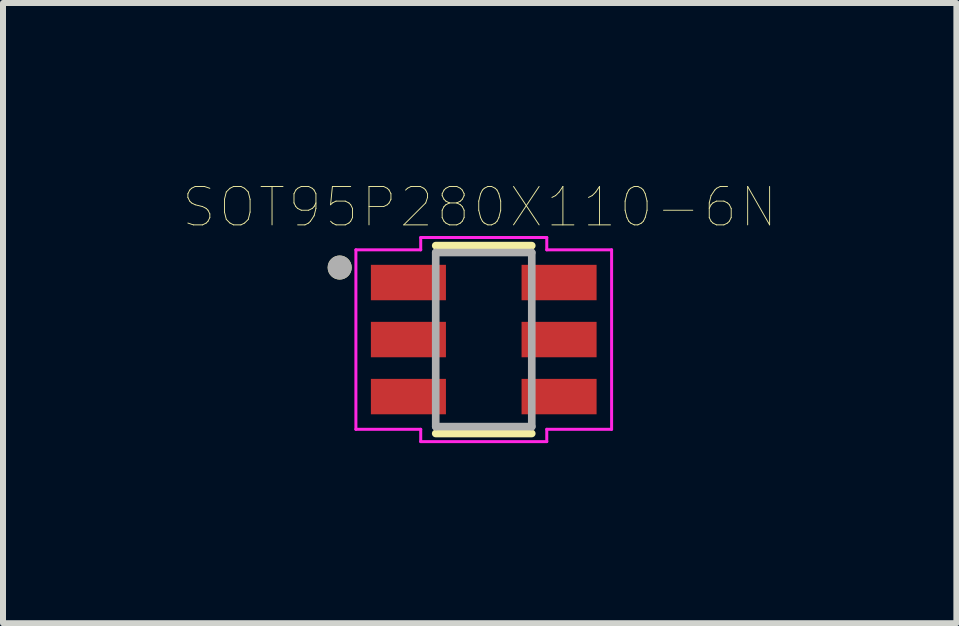
<source format=kicad_pcb>
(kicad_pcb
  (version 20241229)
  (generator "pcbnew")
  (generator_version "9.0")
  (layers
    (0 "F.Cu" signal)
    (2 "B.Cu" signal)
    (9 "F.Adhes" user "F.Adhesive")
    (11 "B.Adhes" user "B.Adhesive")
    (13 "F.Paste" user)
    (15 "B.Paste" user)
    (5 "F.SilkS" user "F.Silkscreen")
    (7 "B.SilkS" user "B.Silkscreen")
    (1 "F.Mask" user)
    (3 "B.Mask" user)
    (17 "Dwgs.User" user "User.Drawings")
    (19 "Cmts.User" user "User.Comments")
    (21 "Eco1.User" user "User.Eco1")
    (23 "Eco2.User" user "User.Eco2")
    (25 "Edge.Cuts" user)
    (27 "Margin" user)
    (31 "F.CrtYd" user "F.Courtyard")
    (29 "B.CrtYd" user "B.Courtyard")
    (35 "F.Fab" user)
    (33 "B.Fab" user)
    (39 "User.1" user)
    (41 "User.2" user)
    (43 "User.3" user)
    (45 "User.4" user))
  (footprint "SOT95P280X110-6N"
    (layer "F.Cu")
    (at 5.009 2.607)
    (property "Reference" "SOT95P280X110-6N" (at -0.068 -2.206 0) (layer "F.SilkS") (effects (font (size 0.64 0.64) (thickness 0.015))))
    (attr through_hole)
    (fp_line (start -0.8 -1.565) (end 0.8 -1.565) (stroke (width 0.127) (type solid)) (layer "F.SilkS"))
    (fp_line (start -0.8 1.565) (end 0.8 1.565) (stroke (width 0.127) (type solid)) (layer "F.SilkS"))
    (fp_circle (center -2.4 -1.2) (end -2.3 -1.2) (stroke (width 0.2) (type solid)) (fill no) (layer "F.SilkS"))
    (fp_line (start -2.13 -1.495) (end -2.13 1.495) (stroke (width 0.05) (type solid)) (layer "F.CrtYd"))
    (fp_line (start -2.13 1.495) (end -1.05 1.495) (stroke (width 0.05) (type solid)) (layer "F.CrtYd"))
    (fp_line (start -1.05 -1.7) (end -1.05 -1.495) (stroke (width 0.05) (type solid)) (layer "F.CrtYd"))
    (fp_line (start -1.05 -1.495) (end -2.13 -1.495) (stroke (width 0.05) (type solid)) (layer "F.CrtYd"))
    (fp_line (start -1.05 1.495) (end -1.05 1.7) (stroke (width 0.05) (type solid)) (layer "F.CrtYd"))
    (fp_line (start -1.05 1.7) (end 1.05 1.7) (stroke (width 0.05) (type solid)) (layer "F.CrtYd"))
    (fp_line (start 1.05 -1.7) (end -1.05 -1.7) (stroke (width 0.05) (type solid)) (layer "F.CrtYd"))
    (fp_line (start 1.05 -1.495) (end 1.05 -1.7) (stroke (width 0.05) (type solid)) (layer "F.CrtYd"))
    (fp_line (start 1.05 1.495) (end 2.13 1.495) (stroke (width 0.05) (type solid)) (layer "F.CrtYd"))
    (fp_line (start 1.05 1.7) (end 1.05 1.495) (stroke (width 0.05) (type solid)) (layer "F.CrtYd"))
    (fp_line (start 2.13 -1.495) (end 1.05 -1.495) (stroke (width 0.05) (type solid)) (layer "F.CrtYd"))
    (fp_line (start 2.13 1.495) (end 2.13 -1.495) (stroke (width 0.05) (type solid)) (layer "F.CrtYd"))
    (fp_line (start -0.8 -1.45) (end -0.8 1.45) (stroke (width 0.127) (type solid)) (layer "F.Fab"))
    (fp_line (start -0.8 1.45) (end 0.8 1.45) (stroke (width 0.127) (type solid)) (layer "F.Fab"))
    (fp_line (start 0.8 -1.45) (end -0.8 -1.45) (stroke (width 0.127) (type solid)) (layer "F.Fab"))
    (fp_line (start 0.8 1.45) (end 0.8 -1.45) (stroke (width 0.127) (type solid)) (layer "F.Fab"))
    (fp_circle (center -2.4 -1.2) (end -2.3 -1.2) (stroke (width 0.2) (type solid)) (fill no) (layer "F.Fab"))
    (pad "1" smd rect (at -1.255 -0.95) (size 1.25 0.59) (layers "F.Cu" "F.Mask" "F.Paste"))
    (pad "2" smd rect (at -1.255 0) (size 1.25 0.59) (layers "F.Cu" "F.Mask" "F.Paste"))
    (pad "3" smd rect (at -1.255 0.95) (size 1.25 0.59) (layers "F.Cu" "F.Mask" "F.Paste"))
    (pad "4" smd rect (at 1.255 0.95) (size 1.25 0.59) (layers "F.Cu" "F.Mask" "F.Paste"))
    (pad "5" smd rect (at 1.255 0) (size 1.25 0.59) (layers "F.Cu" "F.Mask" "F.Paste"))
    (pad "6" smd rect (at 1.255 -0.95) (size 1.25 0.59) (layers "F.Cu" "F.Mask" "F.Paste")))
  (gr_rect
    (start -3 -3)
    (end 12.883 7.332)
    (stroke (width 0.1) (type default))
    (fill no)
    (layer "Edge.Cuts")))
</source>
